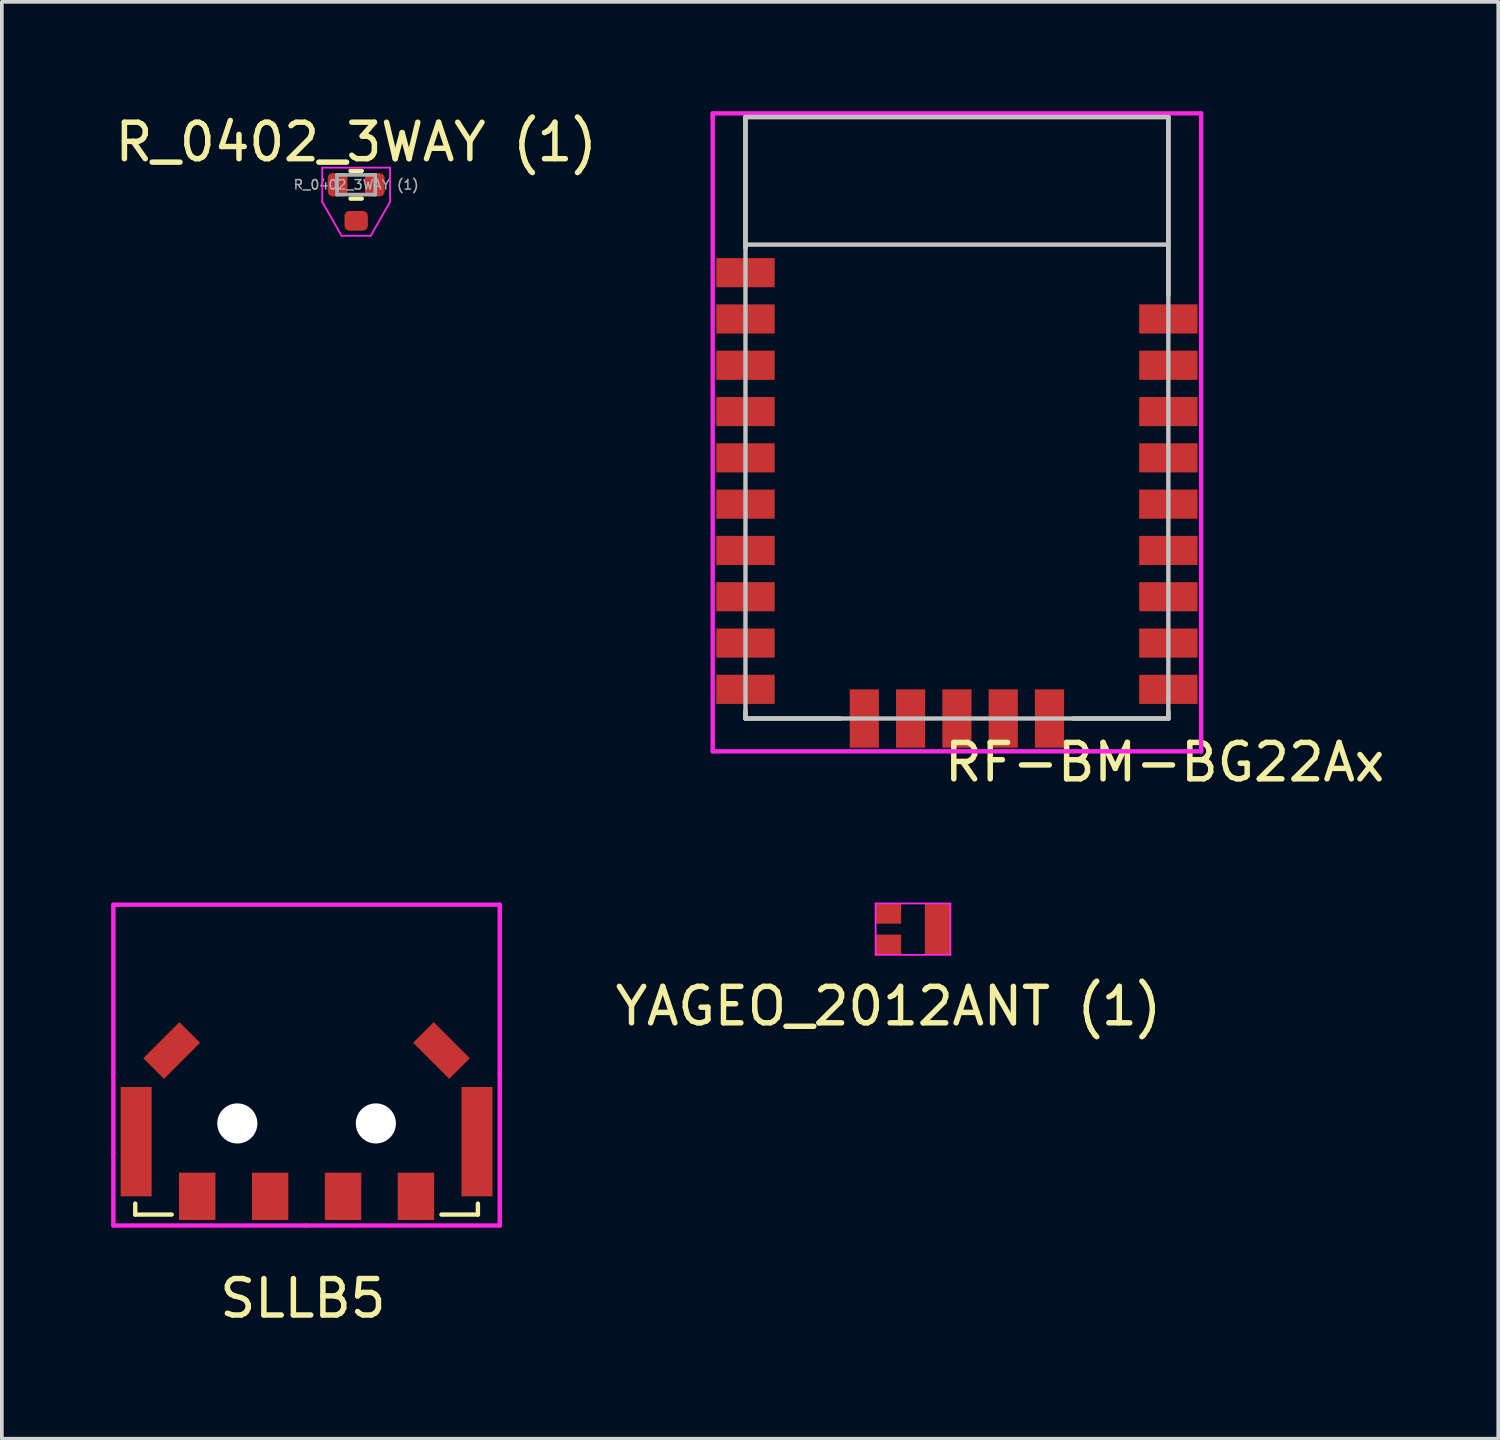
<source format=kicad_pcb>
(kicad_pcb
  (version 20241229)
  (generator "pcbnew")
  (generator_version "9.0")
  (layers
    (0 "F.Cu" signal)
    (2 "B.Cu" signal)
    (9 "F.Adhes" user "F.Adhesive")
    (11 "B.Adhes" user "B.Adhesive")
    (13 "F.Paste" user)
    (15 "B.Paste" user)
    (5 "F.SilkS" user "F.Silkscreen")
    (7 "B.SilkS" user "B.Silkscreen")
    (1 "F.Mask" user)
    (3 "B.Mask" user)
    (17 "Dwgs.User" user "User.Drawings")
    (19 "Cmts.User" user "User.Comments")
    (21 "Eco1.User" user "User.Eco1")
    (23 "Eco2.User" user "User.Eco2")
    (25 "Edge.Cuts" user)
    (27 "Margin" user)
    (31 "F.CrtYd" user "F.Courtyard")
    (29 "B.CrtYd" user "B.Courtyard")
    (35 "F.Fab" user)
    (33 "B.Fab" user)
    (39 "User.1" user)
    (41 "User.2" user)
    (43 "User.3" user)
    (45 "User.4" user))
  (footprint "SLLB5"
    (layer "F.Cu")
    (at 5.36 28.768)
    (property "Reference" "SLLB5" (at -0.1 3.8 0) (layer "F.SilkS") (effects (font (size 1 1) (thickness 0.15))))
    (attr smd)
    (fp_line (start -4.7 1.2) (end -4.7 1.5) (stroke (width 0.12) (type solid)) (layer "F.SilkS"))
    (fp_line (start -4.7 1.5) (end -3.7 1.5) (stroke (width 0.12) (type solid)) (layer "F.SilkS"))
    (fp_line (start 4.7 1.2) (end 4.7 1.5) (stroke (width 0.12) (type solid)) (layer "F.SilkS"))
    (fp_line (start 4.7 1.5) (end 3.7 1.5) (stroke (width 0.12) (type solid)) (layer "F.SilkS"))
    (fp_line (start -5.3 -7) (end 5.3 -7) (stroke (width 0.12) (type solid)) (layer "F.CrtYd"))
    (fp_line (start -5.3 -2.4) (end -5.3 -7) (stroke (width 0.12) (type solid)) (layer "F.CrtYd"))
    (fp_line (start -5.3 -2.4) (end -5.3 -0.2) (stroke (width 0.12) (type solid)) (layer "F.CrtYd"))
    (fp_line (start -5.3 -0.2) (end -5.3 1.8) (stroke (width 0.12) (type solid)) (layer "F.CrtYd"))
    (fp_line (start -5.3 1.8) (end 0 1.8) (stroke (width 0.12) (type solid)) (layer "F.CrtYd"))
    (fp_line (start 0 1.8) (end 5.3 1.8) (stroke (width 0.12) (type solid)) (layer "F.CrtYd"))
    (fp_line (start 5.3 -7) (end 5.3 -2.4) (stroke (width 0.12) (type solid)) (layer "F.CrtYd"))
    (fp_line (start 5.3 1.8) (end 5.3 -2.4) (stroke (width 0.12) (type solid)) (layer "F.CrtYd"))
    (pad "" np_thru_hole circle (at -1.9 -1) (size 1.1 1.1) (drill 1.1) (layers "*.Cu" "*.Mask"))
    (pad "" np_thru_hole circle (at 1.9 -1) (size 1.1 1.1) (drill 1.1) (layers "*.Cu" "*.Mask"))
    (pad "1" smd rect (at -3 1) (size 1 1.3) (layers "F.Cu" "F.Mask" "F.Paste"))
    (pad "2" smd rect (at -1 1) (size 1 1.3) (layers "F.Cu" "F.Mask" "F.Paste"))
    (pad "3" smd rect (at 1 1) (size 1 1.3) (layers "F.Cu" "F.Mask" "F.Paste"))
    (pad "4" smd rect (at 3 1) (size 1 1.3) (layers "F.Cu" "F.Mask" "F.Paste"))
    (pad "M" smd rect (at -4.675 -0.5) (size 0.85 3) (layers "F.Cu" "F.Mask" "F.Paste"))
    (pad "M" smd rect (at -3.7 -3 45) (size 1.4 0.8) (layers "F.Cu" "F.Mask" "F.Paste"))
    (pad "M" smd rect (at 3.7 -3 315) (size 1.4 0.8) (layers "F.Cu" "F.Mask" "F.Paste"))
    (pad "M" smd rect (at 4.675 -0.5) (size 0.85 3) (layers "F.Cu" "F.Mask" "F.Paste")))
  (footprint "R_0402_3WAY (1)"
    (layer "F.Cu")
    (at 6.72 2.018)
    (property "Reference" "R_0402_3WAY (1)" (at 0 -1.17 0) (layer "F.SilkS") (effects (font (size 1 1) (thickness 0.15))))
    (attr smd)
    (fp_line (start -0.154 -0.38) (end 0.154 -0.38) (stroke (width 0.12) (type solid)) (layer "F.SilkS"))
    (fp_line (start -0.154 0.38) (end 0.154 0.38) (stroke (width 0.12) (type solid)) (layer "F.SilkS"))
    (fp_line (start -0.93 -0.47) (end 0.93 -0.47) (stroke (width 0.05) (type solid)) (layer "F.CrtYd"))
    (fp_line (start -0.93 0.47) (end -0.93 -0.47) (stroke (width 0.05) (type solid)) (layer "F.CrtYd"))
    (fp_line (start -0.93 0.47) (end -0.4 1.4) (stroke (width 0.05) (type solid)) (layer "F.CrtYd"))
    (fp_line (start -0.4 1.4) (end 0.4 1.4) (stroke (width 0.05) (type solid)) (layer "F.CrtYd"))
    (fp_line (start 0.4 1.4) (end 0.93 0.47) (stroke (width 0.05) (type solid)) (layer "F.CrtYd"))
    (fp_line (start 0.93 -0.47) (end 0.93 0.47) (stroke (width 0.05) (type solid)) (layer "F.CrtYd"))
    (fp_line (start -0.525 -0.27) (end 0.525 -0.27) (stroke (width 0.1) (type solid)) (layer "F.Fab"))
    (fp_line (start -0.525 0.27) (end -0.525 -0.27) (stroke (width 0.1) (type solid)) (layer "F.Fab"))
    (fp_line (start 0.525 -0.27) (end 0.525 0.27) (stroke (width 0.1) (type solid)) (layer "F.Fab"))
    (fp_line (start 0.525 0.27) (end -0.525 0.27) (stroke (width 0.1) (type solid)) (layer "F.Fab"))
    (fp_text user "${REFERENCE}" (at 0 0 0) (layer "F.Fab") (effects (font (size 0.26 0.26) (thickness 0.04))))
    (pad "1" smd roundrect (at -0.51 0) (size 0.54 0.64) (layers "F.Cu" "F.Mask" "F.Paste") (roundrect_rratio 0.25))
    (pad "2" smd roundrect (at 0.51 0) (size 0.54 0.64) (layers "F.Cu" "F.Mask" "F.Paste") (roundrect_rratio 0.25))
    (pad "3" smd roundrect (at 0 0.99 90) (size 0.54 0.64) (layers "F.Cu" "F.Mask" "F.Paste") (roundrect_rratio 0.25)))
  (footprint "RF-BM-BG22Ax"
    (layer "F.Cu")
    (at 17.4 16.66)
    (property "Reference" "RF-BM-BG22Ax" (at 11.5 1.2 0) (layer "F.SilkS") (effects (font (size 1 1) (thickness 0.15))))
    (attr smd)
    (fp_line (start 0 -16.5) (end 11.6 -16.5) (stroke (width 0.12) (type solid)) (layer "F.SilkS"))
    (fp_line (start 0 -13) (end 0 -16.5) (stroke (width 0.12) (type solid)) (layer "F.SilkS"))
    (fp_line (start 0 -13) (end 0 -12.9) (stroke (width 0.12) (type solid)) (layer "F.SilkS"))
    (fp_line (start 0 -0.2) (end 0 0) (stroke (width 0.12) (type solid)) (layer "F.SilkS"))
    (fp_line (start 0 0) (end 2.6 0) (stroke (width 0.12) (type solid)) (layer "F.SilkS"))
    (fp_line (start 11.6 -16.5) (end 11.6 -11.6) (stroke (width 0.12) (type solid)) (layer "F.SilkS"))
    (fp_line (start 11.6 -0.2) (end 11.6 0) (stroke (width 0.12) (type solid)) (layer "F.SilkS"))
    (fp_line (start 11.6 0) (end 9 0) (stroke (width 0.12) (type solid)) (layer "F.SilkS"))
    (fp_line (start 0 -16.5) (end 11.6 -16.5) (stroke (width 0.12) (type solid)) (layer "Dwgs.User"))
    (fp_line (start 0 -13) (end 11.6 -13) (stroke (width 0.12) (type solid)) (layer "Dwgs.User"))
    (fp_line (start 0 0) (end 0 -16.5) (stroke (width 0.12) (type solid)) (layer "Dwgs.User"))
    (fp_line (start 11.6 -16.5) (end 11.6 0) (stroke (width 0.12) (type solid)) (layer "Dwgs.User"))
    (fp_line (start 11.6 0) (end 0 0) (stroke (width 0.12) (type solid)) (layer "Dwgs.User"))
    (fp_line (start -0.9 -16.6) (end -0.9 -16.5) (stroke (width 0.12) (type solid)) (layer "F.CrtYd"))
    (fp_line (start -0.9 -16.5) (end -0.9 0.9) (stroke (width 0.12) (type solid)) (layer "F.CrtYd"))
    (fp_line (start -0.9 0.9) (end 12.5 0.9) (stroke (width 0.12) (type solid)) (layer "F.CrtYd"))
    (fp_line (start 12.5 -16.6) (end -0.9 -16.6) (stroke (width 0.12) (type solid)) (layer "F.CrtYd"))
    (fp_line (start 12.5 0.9) (end 12.5 -16.6) (stroke (width 0.12) (type solid)) (layer "F.CrtYd"))
    (pad "1" smd rect (at 0 -0.8) (size 1.6 0.8) (layers "F.Cu" "F.Mask" "F.Paste"))
    (pad "2" smd rect (at 0 -2.07) (size 1.6 0.8) (layers "F.Cu" "F.Mask" "F.Paste"))
    (pad "3" smd rect (at 0 -3.34) (size 1.6 0.8) (layers "F.Cu" "F.Mask" "F.Paste"))
    (pad "4" smd rect (at 0 -4.61) (size 1.6 0.8) (layers "F.Cu" "F.Mask" "F.Paste"))
    (pad "5" smd rect (at 0 -5.88) (size 1.6 0.8) (layers "F.Cu" "F.Mask" "F.Paste"))
    (pad "6" smd rect (at 0 -7.15) (size 1.6 0.8) (layers "F.Cu" "F.Mask" "F.Paste"))
    (pad "7" smd rect (at 0 -8.42) (size 1.6 0.8) (layers "F.Cu" "F.Mask" "F.Paste"))
    (pad "8" smd rect (at 0 -9.69) (size 1.6 0.8) (layers "F.Cu" "F.Mask" "F.Paste"))
    (pad "9" smd rect (at 0 -10.96) (size 1.6 0.8) (layers "F.Cu" "F.Mask" "F.Paste"))
    (pad "10" smd rect (at 0 -12.23) (size 1.6 0.8) (layers "F.Cu" "F.Mask" "F.Paste"))
    (pad "11" smd rect (at 3.26 0 90) (size 1.6 0.8) (layers "F.Cu" "F.Mask" "F.Paste"))
    (pad "12" smd rect (at 4.53 0 90) (size 1.6 0.8) (layers "F.Cu" "F.Mask" "F.Paste"))
    (pad "13" smd rect (at 5.8 0 90) (size 1.6 0.8) (layers "F.Cu" "F.Mask" "F.Paste"))
    (pad "14" smd rect (at 7.07 0 90) (size 1.6 0.8) (layers "F.Cu" "F.Mask" "F.Paste"))
    (pad "15" smd rect (at 8.34 0 90) (size 1.6 0.8) (layers "F.Cu" "F.Mask" "F.Paste"))
    (pad "16" smd rect (at 11.6 -0.8 180) (size 1.6 0.8) (layers "F.Cu" "F.Mask" "F.Paste"))
    (pad "17" smd rect (at 11.6 -2.07 180) (size 1.6 0.8) (layers "F.Cu" "F.Mask" "F.Paste"))
    (pad "18" smd rect (at 11.6 -3.34 180) (size 1.6 0.8) (layers "F.Cu" "F.Mask" "F.Paste"))
    (pad "19" smd rect (at 11.6 -4.61 180) (size 1.6 0.8) (layers "F.Cu" "F.Mask" "F.Paste"))
    (pad "20" smd rect (at 11.6 -5.88 180) (size 1.6 0.8) (layers "F.Cu" "F.Mask" "F.Paste"))
    (pad "21" smd rect (at 11.6 -7.15 180) (size 1.6 0.8) (layers "F.Cu" "F.Mask" "F.Paste"))
    (pad "22" smd rect (at 11.6 -8.42 180) (size 1.6 0.8) (layers "F.Cu" "F.Mask" "F.Paste"))
    (pad "23" smd rect (at 11.6 -9.69 180) (size 1.6 0.8) (layers "F.Cu" "F.Mask" "F.Paste"))
    (pad "24" smd rect (at 11.6 -10.96 180) (size 1.6 0.8) (layers "F.Cu" "F.Mask" "F.Paste")))
  (footprint "YAGEO_2012ANT (1)"
    (layer "F.Cu")
    (at 21.321 22.013)
    (property "Reference" "YAGEO_2012ANT (1)" (at 0 2.54 180) (layer "F.SilkS") (effects (font (size 1 1) (thickness 0.15))))
    (attr through_hole)
    (fp_line (start -0.35 -0.28) (end -0.35 1.13) (stroke (width 0.05) (type solid)) (layer "F.CrtYd"))
    (fp_line (start -0.35 1.13) (end 1.7 1.13) (stroke (width 0.05) (type solid)) (layer "F.CrtYd"))
    (fp_line (start 1.7 -0.28) (end -0.35 -0.28) (stroke (width 0.05) (type solid)) (layer "F.CrtYd"))
    (fp_line (start 1.7 1.13) (end 1.7 -0.28) (stroke (width 0.05) (type solid)) (layer "F.CrtYd"))
    (pad "1" smd rect (at 0 0) (size 0.7 0.55) (layers "F.Cu" "F.Mask" "F.Paste"))
    (pad "2" smd rect (at 0 0.85) (size 0.7 0.55) (layers "F.Cu" "F.Mask" "F.Paste"))
    (pad "2" smd rect (at 1.35 0.425) (size 0.7 1.4) (layers "F.Cu" "F.Mask" "F.Paste")))
  (gr_rect
    (start -3 -3)
    (end 38.049 36.416)
    (stroke (width 0.1) (type default))
    (fill no)
    (layer "Edge.Cuts")))
</source>
